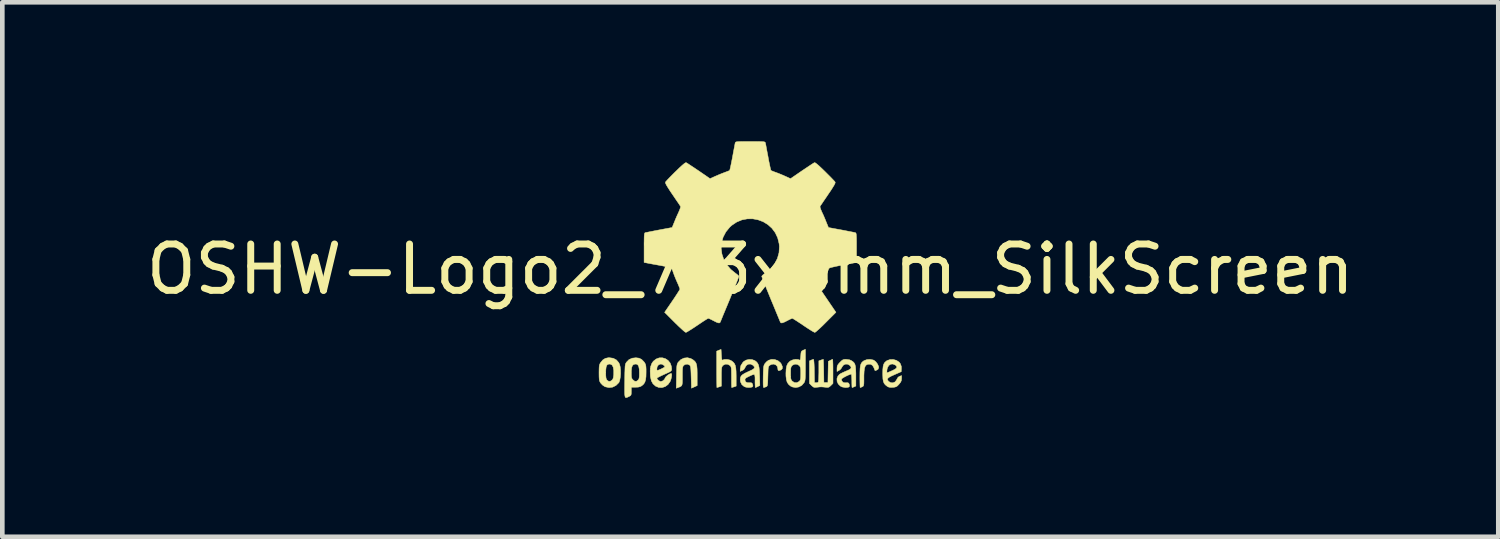
<source format=kicad_pcb>
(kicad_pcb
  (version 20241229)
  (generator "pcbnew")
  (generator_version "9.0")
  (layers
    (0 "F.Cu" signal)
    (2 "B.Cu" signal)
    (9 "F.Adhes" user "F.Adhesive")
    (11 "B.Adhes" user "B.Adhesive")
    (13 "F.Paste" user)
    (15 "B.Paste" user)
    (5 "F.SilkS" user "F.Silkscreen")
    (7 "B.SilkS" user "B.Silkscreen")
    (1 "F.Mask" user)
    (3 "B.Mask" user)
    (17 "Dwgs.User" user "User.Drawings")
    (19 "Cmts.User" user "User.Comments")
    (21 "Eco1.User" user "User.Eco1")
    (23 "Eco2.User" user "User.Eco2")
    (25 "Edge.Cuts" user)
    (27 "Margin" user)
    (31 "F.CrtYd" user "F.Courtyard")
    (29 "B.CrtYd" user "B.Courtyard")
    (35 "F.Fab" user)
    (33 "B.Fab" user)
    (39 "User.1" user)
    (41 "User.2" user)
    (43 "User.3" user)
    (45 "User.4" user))
  (footprint "OSHW-Logo2_7.3x6mm_SilkScreen"
    (layer "F.Cu")
    (at 13.149 2.763)
    (property "Reference" "OSHW-Logo2_7.3x6mm_SilkScreen" (at 0 0 0) (layer "F.SilkS") (effects (font (size 1 1) (thickness 0.15))))
    (attr board_only exclude_from_pos_files exclude_from_bom allow_missing_courtyard)
    (fp_poly (pts (xy 2.653 1.959) (xy 2.67 1.966) (xy 2.711 1.999) (xy 2.747 2.047) (xy 2.769 2.097) (xy 2.772 2.122) (xy 2.76 2.157) (xy 2.734 2.175) (xy 2.706 2.187) (xy 2.693 2.189) (xy 2.687 2.174) (xy 2.674 2.141) (xy 2.669 2.127) (xy 2.639 2.076) (xy 2.595 2.05) (xy 2.538 2.051) (xy 2.534 2.052) (xy 2.504 2.067) (xy 2.481 2.094) (xy 2.466 2.139) (xy 2.457 2.205) (xy 2.453 2.294) (xy 2.453 2.341) (xy 2.453 2.416) (xy 2.452 2.467) (xy 2.448 2.499) (xy 2.442 2.518) (xy 2.432 2.529) (xy 2.417 2.537) (xy 2.416 2.538) (xy 2.387 2.55) (xy 2.372 2.555) (xy 2.37 2.541) (xy 2.368 2.503) (xy 2.367 2.446) (xy 2.366 2.374) (xy 2.366 2.322) (xy 2.367 2.22) (xy 2.37 2.143) (xy 2.377 2.086) (xy 2.389 2.045) (xy 2.407 2.014) (xy 2.432 1.99) (xy 2.457 1.973) (xy 2.517 1.951) (xy 2.587 1.946) (xy 2.653 1.959)) (stroke (width 0.01) (type solid)) (fill yes) (layer "F.SilkS"))
    (fp_poly (pts (xy -1.284 1.928) (xy -1.237 1.955) (xy -1.205 1.981) (xy -1.181 2.009) (xy -1.165 2.044) (xy -1.155 2.089) (xy -1.149 2.151) (xy -1.147 2.234) (xy -1.147 2.293) (xy -1.147 2.512) (xy -1.208 2.54) (xy -1.27 2.568) (xy -1.277 2.328) (xy -1.28 2.238) (xy -1.283 2.173) (xy -1.287 2.128) (xy -1.293 2.099) (xy -1.3 2.081) (xy -1.31 2.07) (xy -1.313 2.067) (xy -1.36 2.048) (xy -1.408 2.056) (xy -1.437 2.076) (xy -1.449 2.09) (xy -1.457 2.108) (xy -1.462 2.136) (xy -1.465 2.179) (xy -1.466 2.242) (xy -1.466 2.307) (xy -1.466 2.389) (xy -1.467 2.447) (xy -1.472 2.486) (xy -1.482 2.512) (xy -1.499 2.528) (xy -1.525 2.541) (xy -1.56 2.554) (xy -1.598 2.569) (xy -1.594 2.311) (xy -1.592 2.219) (xy -1.59 2.15) (xy -1.587 2.101) (xy -1.582 2.066) (xy -1.575 2.042) (xy -1.566 2.022) (xy -1.554 2.005) (xy -1.499 1.95) (xy -1.431 1.918) (xy -1.357 1.91) (xy -1.284 1.928)) (stroke (width 0.01) (type solid)) (fill yes) (layer "F.SilkS"))
    (fp_poly (pts (xy 0.53 1.95) (xy 0.596 1.974) (xy 0.649 2.017) (xy 0.67 2.047) (xy 0.693 2.103) (xy 0.692 2.143) (xy 0.669 2.17) (xy 0.66 2.175) (xy 0.622 2.189) (xy 0.602 2.185) (xy 0.595 2.161) (xy 0.595 2.148) (xy 0.583 2.099) (xy 0.551 2.065) (xy 0.508 2.048) (xy 0.459 2.053) (xy 0.419 2.074) (xy 0.405 2.087) (xy 0.396 2.101) (xy 0.389 2.124) (xy 0.385 2.159) (xy 0.383 2.212) (xy 0.381 2.288) (xy 0.38 2.312) (xy 0.378 2.394) (xy 0.376 2.451) (xy 0.372 2.49) (xy 0.367 2.513) (xy 0.359 2.526) (xy 0.347 2.535) (xy 0.339 2.538) (xy 0.307 2.55) (xy 0.288 2.555) (xy 0.282 2.541) (xy 0.278 2.5) (xy 0.277 2.431) (xy 0.278 2.334) (xy 0.278 2.319) (xy 0.28 2.23) (xy 0.283 2.165) (xy 0.286 2.119) (xy 0.292 2.087) (xy 0.3 2.064) (xy 0.311 2.044) (xy 0.317 2.035) (xy 0.35 1.998) (xy 0.388 1.969) (xy 0.392 1.966) (xy 0.459 1.946) (xy 0.53 1.95)) (stroke (width 0.01) (type solid)) (fill yes) (layer "F.SilkS"))
    (fp_poly (pts (xy -0.624 1.851) (xy -0.62 1.911) (xy -0.615 1.946) (xy -0.608 1.961) (xy -0.598 1.961) (xy -0.595 1.959) (xy -0.552 1.946) (xy -0.497 1.947) (xy -0.44 1.96) (xy -0.405 1.978) (xy -0.369 2.006) (xy -0.342 2.038) (xy -0.324 2.078) (xy -0.313 2.132) (xy -0.307 2.204) (xy -0.305 2.299) (xy -0.305 2.317) (xy -0.305 2.523) (xy -0.351 2.539) (xy -0.383 2.549) (xy -0.401 2.554) (xy -0.401 2.555) (xy -0.403 2.541) (xy -0.405 2.503) (xy -0.406 2.446) (xy -0.406 2.375) (xy -0.406 2.332) (xy -0.407 2.247) (xy -0.408 2.186) (xy -0.41 2.144) (xy -0.415 2.117) (xy -0.422 2.098) (xy -0.433 2.085) (xy -0.44 2.078) (xy -0.487 2.051) (xy -0.538 2.049) (xy -0.584 2.072) (xy -0.593 2.08) (xy -0.605 2.095) (xy -0.614 2.114) (xy -0.619 2.14) (xy -0.622 2.18) (xy -0.624 2.238) (xy -0.624 2.318) (xy -0.624 2.523) (xy -0.67 2.539) (xy -0.702 2.549) (xy -0.72 2.554) (xy -0.721 2.555) (xy -0.722 2.541) (xy -0.723 2.501) (xy -0.724 2.441) (xy -0.725 2.362) (xy -0.726 2.269) (xy -0.726 2.167) (xy -0.726 1.769) (xy -0.679 1.749) (xy -0.631 1.73) (xy -0.624 1.851)) (stroke (width 0.01) (type solid)) (fill yes) (layer "F.SilkS"))
    (fp_poly (pts (xy 1.78 1.959) (xy 1.782 1.997) (xy 1.784 2.055) (xy 1.785 2.128) (xy 1.785 2.205) (xy 1.785 2.465) (xy 1.739 2.511) (xy 1.708 2.539) (xy 1.68 2.551) (xy 1.642 2.55) (xy 1.627 2.548) (xy 1.58 2.543) (xy 1.541 2.54) (xy 1.531 2.54) (xy 1.499 2.541) (xy 1.453 2.546) (xy 1.436 2.548) (xy 1.392 2.552) (xy 1.363 2.544) (xy 1.334 2.521) (xy 1.323 2.511) (xy 1.277 2.465) (xy 1.277 1.979) (xy 1.314 1.962) (xy 1.346 1.949) (xy 1.365 1.945) (xy 1.369 1.959) (xy 1.374 1.997) (xy 1.378 2.056) (xy 1.381 2.132) (xy 1.382 2.195) (xy 1.386 2.446) (xy 1.421 2.451) (xy 1.452 2.447) (xy 1.468 2.436) (xy 1.472 2.415) (xy 1.476 2.371) (xy 1.478 2.309) (xy 1.48 2.235) (xy 1.48 2.197) (xy 1.48 1.977) (xy 1.526 1.961) (xy 1.559 1.95) (xy 1.576 1.945) (xy 1.577 1.945) (xy 1.578 1.959) (xy 1.58 1.997) (xy 1.582 2.054) (xy 1.584 2.127) (xy 1.585 2.195) (xy 1.589 2.446) (xy 1.676 2.446) (xy 1.68 2.217) (xy 1.684 1.989) (xy 1.727 1.967) (xy 1.758 1.952) (xy 1.777 1.945) (xy 1.777 1.945) (xy 1.78 1.959)) (stroke (width 0.01) (type solid)) (fill yes) (layer "F.SilkS"))
    (fp_poly (pts (xy -2.959 1.922) (xy -2.891 1.958) (xy -2.841 2.015) (xy -2.823 2.052) (xy -2.809 2.108) (xy -2.802 2.178) (xy -2.801 2.255) (xy -2.807 2.33) (xy -2.818 2.394) (xy -2.834 2.441) (xy -2.839 2.449) (xy -2.9 2.509) (xy -2.971 2.545) (xy -3.049 2.555) (xy -3.127 2.539) (xy -3.149 2.529) (xy -3.192 2.499) (xy -3.229 2.459) (xy -3.233 2.454) (xy -3.247 2.43) (xy -3.257 2.404) (xy -3.262 2.37) (xy -3.265 2.321) (xy -3.266 2.251) (xy -3.266 2.235) (xy -3.266 2.23) (xy -3.121 2.23) (xy -3.12 2.296) (xy -3.116 2.34) (xy -3.109 2.369) (xy -3.098 2.388) (xy -3.092 2.395) (xy -3.057 2.42) (xy -3.023 2.419) (xy -2.989 2.397) (xy -2.969 2.374) (xy -2.957 2.34) (xy -2.95 2.288) (xy -2.949 2.281) (xy -2.948 2.186) (xy -2.96 2.114) (xy -2.985 2.068) (xy -3.023 2.048) (xy -3.037 2.047) (xy -3.073 2.052) (xy -3.097 2.072) (xy -3.112 2.109) (xy -3.119 2.168) (xy -3.121 2.23) (xy -3.266 2.23) (xy -3.265 2.16) (xy -3.263 2.108) (xy -3.258 2.072) (xy -3.249 2.045) (xy -3.236 2.022) (xy -3.233 2.017) (xy -3.184 1.958) (xy -3.13 1.924) (xy -3.064 1.91) (xy -3.042 1.91) (xy -2.959 1.922)) (stroke (width 0.01) (type solid)) (fill yes) (layer "F.SilkS"))
    (fp_poly (pts (xy 3.154 1.967) (xy 3.211 2.004) (xy 3.239 2.038) (xy 3.261 2.099) (xy 3.262 2.147) (xy 3.258 2.212) (xy 3.11 2.277) (xy 3.037 2.31) (xy 2.99 2.337) (xy 2.966 2.36) (xy 2.961 2.383) (xy 2.975 2.407) (xy 2.99 2.424) (xy 3.034 2.45) (xy 3.081 2.452) (xy 3.125 2.432) (xy 3.157 2.391) (xy 3.163 2.376) (xy 3.191 2.331) (xy 3.222 2.312) (xy 3.266 2.296) (xy 3.266 2.358) (xy 3.262 2.4) (xy 3.247 2.436) (xy 3.215 2.477) (xy 3.211 2.482) (xy 3.176 2.519) (xy 3.145 2.538) (xy 3.108 2.547) (xy 3.076 2.55) (xy 3.02 2.551) (xy 2.981 2.542) (xy 2.956 2.528) (xy 2.917 2.497) (xy 2.89 2.465) (xy 2.873 2.423) (xy 2.863 2.368) (xy 2.86 2.291) (xy 2.859 2.253) (xy 2.86 2.206) (xy 2.948 2.206) (xy 2.949 2.231) (xy 2.952 2.235) (xy 2.968 2.23) (xy 3.004 2.215) (xy 3.052 2.194) (xy 3.062 2.19) (xy 3.123 2.159) (xy 3.157 2.132) (xy 3.164 2.106) (xy 3.146 2.08) (xy 3.132 2.069) (xy 3.079 2.046) (xy 3.03 2.05) (xy 2.989 2.078) (xy 2.961 2.127) (xy 2.952 2.166) (xy 2.948 2.206) (xy 2.86 2.206) (xy 2.861 2.162) (xy 2.868 2.095) (xy 2.882 2.047) (xy 2.904 2.011) (xy 2.937 1.983) (xy 2.951 1.973) (xy 3.015 1.95) (xy 3.085 1.948) (xy 3.154 1.967)) (stroke (width 0.01) (type solid)) (fill yes) (layer "F.SilkS"))
    (fp_poly (pts (xy 1.19 2.065) (xy 1.19 2.174) (xy 1.189 2.257) (xy 1.188 2.32) (xy 1.185 2.365) (xy 1.181 2.397) (xy 1.175 2.421) (xy 1.167 2.439) (xy 1.161 2.449) (xy 1.112 2.506) (xy 1.049 2.541) (xy 0.98 2.554) (xy 0.911 2.542) (xy 0.869 2.522) (xy 0.826 2.485) (xy 0.796 2.441) (xy 0.779 2.383) (xy 0.77 2.306) (xy 0.769 2.25) (xy 0.769 2.246) (xy 0.871 2.246) (xy 0.871 2.311) (xy 0.874 2.354) (xy 0.881 2.382) (xy 0.893 2.402) (xy 0.906 2.417) (xy 0.953 2.447) (xy 1.004 2.449) (xy 1.051 2.425) (xy 1.055 2.421) (xy 1.071 2.404) (xy 1.081 2.383) (xy 1.086 2.352) (xy 1.088 2.305) (xy 1.089 2.252) (xy 1.088 2.185) (xy 1.085 2.141) (xy 1.078 2.112) (xy 1.066 2.091) (xy 1.057 2.08) (xy 1.013 2.052) (xy 0.962 2.049) (xy 0.914 2.07) (xy 0.904 2.078) (xy 0.889 2.096) (xy 0.879 2.117) (xy 0.873 2.148) (xy 0.871 2.196) (xy 0.871 2.246) (xy 0.769 2.246) (xy 0.773 2.159) (xy 0.785 2.09) (xy 0.807 2.039) (xy 0.842 1.998) (xy 0.869 1.978) (xy 0.919 1.956) (xy 0.976 1.945) (xy 1.03 1.948) (xy 1.06 1.959) (xy 1.071 1.962) (xy 1.079 1.951) (xy 1.084 1.919) (xy 1.089 1.871) (xy 1.093 1.817) (xy 1.099 1.784) (xy 1.111 1.766) (xy 1.131 1.754) (xy 1.143 1.748) (xy 1.19 1.729) (xy 1.19 2.065)) (stroke (width 0.01) (type solid)) (fill yes) (layer "F.SilkS"))
    (fp_poly (pts (xy -1.832 1.931) (xy -1.774 1.97) (xy -1.73 2.025) (xy -1.704 2.096) (xy -1.698 2.148) (xy -1.699 2.17) (xy -1.704 2.187) (xy -1.718 2.201) (xy -1.745 2.218) (xy -1.79 2.239) (xy -1.857 2.269) (xy -1.858 2.27) (xy -1.92 2.298) (xy -1.97 2.323) (xy -2.005 2.342) (xy -2.017 2.353) (xy -2.017 2.353) (xy -2.006 2.376) (xy -1.98 2.402) (xy -1.949 2.42) (xy -1.934 2.424) (xy -1.891 2.411) (xy -1.855 2.379) (xy -1.837 2.345) (xy -1.82 2.319) (xy -1.787 2.29) (xy -1.748 2.264) (xy -1.713 2.25) (xy -1.706 2.25) (xy -1.698 2.262) (xy -1.697 2.294) (xy -1.703 2.337) (xy -1.715 2.383) (xy -1.73 2.423) (xy -1.731 2.424) (xy -1.777 2.489) (xy -1.837 2.533) (xy -1.906 2.555) (xy -1.976 2.552) (xy -2.044 2.524) (xy -2.047 2.522) (xy -2.101 2.473) (xy -2.136 2.41) (xy -2.155 2.327) (xy -2.158 2.304) (xy -2.162 2.194) (xy -2.157 2.143) (xy -2.017 2.143) (xy -2.016 2.175) (xy -2.006 2.184) (xy -1.981 2.177) (xy -1.942 2.161) (xy -1.899 2.14) (xy -1.898 2.139) (xy -1.861 2.12) (xy -1.846 2.107) (xy -1.85 2.093) (xy -1.865 2.076) (xy -1.904 2.05) (xy -1.946 2.048) (xy -1.984 2.067) (xy -2.01 2.103) (xy -2.017 2.143) (xy -2.157 2.143) (xy -2.153 2.106) (xy -2.128 2.036) (xy -2.095 1.987) (xy -2.033 1.938) (xy -1.966 1.913) (xy -1.897 1.912) (xy -1.832 1.931)) (stroke (width 0.01) (type solid)) (fill yes) (layer "F.SilkS"))
    (fp_poly (pts (xy 0.04 1.951) (xy 0.097 1.972) (xy 0.097 1.972) (xy 0.132 1.998) (xy 0.158 2.029) (xy 0.177 2.068) (xy 0.189 2.121) (xy 0.196 2.194) (xy 0.2 2.289) (xy 0.201 2.303) (xy 0.206 2.509) (xy 0.162 2.532) (xy 0.13 2.547) (xy 0.11 2.554) (xy 0.11 2.555) (xy 0.106 2.541) (xy 0.104 2.505) (xy 0.102 2.451) (xy 0.102 2.408) (xy 0.102 2.339) (xy 0.098 2.295) (xy 0.087 2.274) (xy 0.064 2.273) (xy 0.022 2.289) (xy -0.04 2.318) (xy -0.086 2.342) (xy -0.109 2.363) (xy -0.116 2.386) (xy -0.116 2.387) (xy -0.105 2.426) (xy -0.071 2.447) (xy -0.019 2.451) (xy 0.018 2.45) (xy 0.038 2.461) (xy 0.05 2.487) (xy 0.057 2.519) (xy 0.047 2.538) (xy 0.043 2.541) (xy 0.007 2.551) (xy -0.043 2.553) (xy -0.095 2.546) (xy -0.132 2.533) (xy -0.183 2.49) (xy -0.212 2.429) (xy -0.218 2.382) (xy -0.213 2.34) (xy -0.198 2.305) (xy -0.166 2.275) (xy -0.115 2.244) (xy -0.041 2.209) (xy -0.036 2.207) (xy 0.031 2.176) (xy 0.072 2.151) (xy 0.09 2.128) (xy 0.086 2.105) (xy 0.063 2.078) (xy 0.056 2.072) (xy 0.009 2.048) (xy -0.04 2.049) (xy -0.082 2.072) (xy -0.111 2.116) (xy -0.113 2.124) (xy -0.139 2.165) (xy -0.171 2.185) (xy -0.218 2.205) (xy -0.218 2.154) (xy -0.204 2.08) (xy -0.161 2.012) (xy -0.139 1.99) (xy -0.089 1.961) (xy -0.026 1.947) (xy 0.04 1.951)) (stroke (width 0.01) (type solid)) (fill yes) (layer "F.SilkS"))
    (fp_poly (pts (xy -2.4 1.92) (xy -2.345 1.948) (xy -2.296 1.998) (xy -2.282 2.017) (xy -2.268 2.042) (xy -2.258 2.069) (xy -2.253 2.105) (xy -2.25 2.156) (xy -2.25 2.224) (xy -2.252 2.318) (xy -2.261 2.388) (xy -2.277 2.44) (xy -2.303 2.48) (xy -2.34 2.513) (xy -2.342 2.515) (xy -2.379 2.535) (xy -2.422 2.545) (xy -2.478 2.547) (xy -2.569 2.547) (xy -2.569 2.635) (xy -2.57 2.684) (xy -2.575 2.713) (xy -2.588 2.73) (xy -2.614 2.745) (xy -2.62 2.748) (xy -2.649 2.762) (xy -2.672 2.77) (xy -2.688 2.771) (xy -2.7 2.761) (xy -2.707 2.737) (xy -2.712 2.696) (xy -2.713 2.636) (xy -2.713 2.553) (xy -2.712 2.445) (xy -2.711 2.413) (xy -2.71 2.302) (xy -2.709 2.229) (xy -2.569 2.229) (xy -2.568 2.29) (xy -2.565 2.331) (xy -2.557 2.358) (xy -2.543 2.378) (xy -2.533 2.388) (xy -2.495 2.418) (xy -2.46 2.42) (xy -2.425 2.396) (xy -2.424 2.395) (xy -2.409 2.376) (xy -2.401 2.351) (xy -2.396 2.312) (xy -2.395 2.252) (xy -2.395 2.238) (xy -2.398 2.156) (xy -2.409 2.099) (xy -2.429 2.064) (xy -2.458 2.048) (xy -2.476 2.047) (xy -2.516 2.054) (xy -2.544 2.078) (xy -2.561 2.123) (xy -2.568 2.191) (xy -2.569 2.229) (xy -2.709 2.229) (xy -2.708 2.215) (xy -2.706 2.15) (xy -2.704 2.103) (xy -2.7 2.069) (xy -2.694 2.045) (xy -2.687 2.028) (xy -2.677 2.012) (xy -2.673 2.006) (xy -2.619 1.951) (xy -2.55 1.92) (xy -2.47 1.911) (xy -2.4 1.92)) (stroke (width 0.01) (type solid)) (fill yes) (layer "F.SilkS"))
    (fp_poly (pts (xy 2.145 1.956) (xy 2.187 1.975) (xy 2.219 1.998) (xy 2.244 2.024) (xy 2.26 2.057) (xy 2.271 2.103) (xy 2.276 2.165) (xy 2.279 2.249) (xy 2.279 2.305) (xy 2.279 2.521) (xy 2.242 2.538) (xy 2.213 2.55) (xy 2.198 2.555) (xy 2.195 2.541) (xy 2.193 2.505) (xy 2.192 2.452) (xy 2.192 2.409) (xy 2.19 2.348) (xy 2.187 2.3) (xy 2.182 2.271) (xy 2.178 2.264) (xy 2.153 2.271) (xy 2.112 2.287) (xy 2.066 2.309) (xy 2.021 2.333) (xy 1.986 2.355) (xy 1.97 2.37) (xy 1.97 2.37) (xy 1.971 2.397) (xy 1.984 2.423) (xy 2.006 2.444) (xy 2.038 2.451) (xy 2.065 2.451) (xy 2.104 2.45) (xy 2.124 2.459) (xy 2.136 2.483) (xy 2.138 2.488) (xy 2.143 2.522) (xy 2.129 2.543) (xy 2.092 2.552) (xy 2.052 2.554) (xy 1.981 2.541) (xy 1.943 2.521) (xy 1.898 2.476) (xy 1.873 2.42) (xy 1.871 2.361) (xy 1.892 2.306) (xy 1.923 2.271) (xy 1.953 2.252) (xy 2.002 2.228) (xy 2.058 2.203) (xy 2.068 2.199) (xy 2.13 2.172) (xy 2.166 2.148) (xy 2.177 2.124) (xy 2.167 2.097) (xy 2.148 2.076) (xy 2.104 2.05) (xy 2.056 2.048) (xy 2.012 2.068) (xy 1.981 2.108) (xy 1.977 2.118) (xy 1.952 2.156) (xy 1.917 2.184) (xy 1.872 2.207) (xy 1.872 2.141) (xy 1.875 2.102) (xy 1.886 2.07) (xy 1.911 2.036) (xy 1.935 2.01) (xy 1.972 1.974) (xy 2.001 1.954) (xy 2.033 1.946) (xy 2.068 1.945) (xy 2.145 1.956)) (stroke (width 0.01) (type solid)) (fill yes) (layer "F.SilkS"))
    (fp_poly (pts (xy 0.104 -2.758) (xy 0.182 -2.757) (xy 0.239 -2.756) (xy 0.278 -2.754) (xy 0.303 -2.75) (xy 0.316 -2.744) (xy 0.323 -2.737) (xy 0.326 -2.726) (xy 0.327 -2.725) (xy 0.332 -2.701) (xy 0.341 -2.653) (xy 0.353 -2.587) (xy 0.368 -2.508) (xy 0.385 -2.42) (xy 0.385 -2.417) (xy 0.401 -2.331) (xy 0.417 -2.255) (xy 0.43 -2.194) (xy 0.44 -2.152) (xy 0.446 -2.133) (xy 0.447 -2.133) (xy 0.465 -2.124) (xy 0.502 -2.109) (xy 0.551 -2.091) (xy 0.552 -2.091) (xy 0.613 -2.068) (xy 0.686 -2.038) (xy 0.754 -2.008) (xy 0.757 -2.007) (xy 0.869 -1.956) (xy 1.115 -2.125) (xy 1.191 -2.176) (xy 1.26 -2.222) (xy 1.317 -2.26) (xy 1.359 -2.287) (xy 1.383 -2.301) (xy 1.385 -2.302) (xy 1.402 -2.298) (xy 1.434 -2.275) (xy 1.481 -2.235) (xy 1.546 -2.174) (xy 1.612 -2.11) (xy 1.676 -2.046) (xy 1.733 -1.989) (xy 1.78 -1.94) (xy 1.814 -1.904) (xy 1.83 -1.884) (xy 1.831 -1.883) (xy 1.833 -1.869) (xy 1.826 -1.847) (xy 1.809 -1.814) (xy 1.779 -1.765) (xy 1.737 -1.699) (xy 1.679 -1.614) (xy 1.629 -1.54) (xy 1.583 -1.473) (xy 1.546 -1.417) (xy 1.519 -1.378) (xy 1.506 -1.357) (xy 1.505 -1.356) (xy 1.507 -1.336) (xy 1.519 -1.298) (xy 1.54 -1.248) (xy 1.547 -1.232) (xy 1.58 -1.162) (xy 1.614 -1.082) (xy 1.642 -1.012) (xy 1.663 -0.961) (xy 1.679 -0.922) (xy 1.688 -0.901) (xy 1.689 -0.9) (xy 1.706 -0.897) (xy 1.746 -0.89) (xy 1.804 -0.879) (xy 1.875 -0.866) (xy 1.952 -0.852) (xy 2.032 -0.837) (xy 2.107 -0.822) (xy 2.174 -0.809) (xy 2.227 -0.799) (xy 2.26 -0.792) (xy 2.268 -0.79) (xy 2.276 -0.785) (xy 2.283 -0.774) (xy 2.287 -0.754) (xy 2.29 -0.72) (xy 2.292 -0.67) (xy 2.293 -0.599) (xy 2.293 -0.504) (xy 2.293 -0.465) (xy 2.293 -0.147) (xy 2.217 -0.132) (xy 2.175 -0.124) (xy 2.111 -0.112) (xy 2.035 -0.098) (xy 1.953 -0.083) (xy 1.93 -0.079) (xy 1.855 -0.064) (xy 1.789 -0.049) (xy 1.738 -0.037) (xy 1.709 -0.027) (xy 1.704 -0.024) (xy 1.691 -0.003) (xy 1.674 0.038) (xy 1.655 0.09) (xy 1.651 0.102) (xy 1.625 0.172) (xy 1.594 0.25) (xy 1.563 0.321) (xy 1.563 0.322) (xy 1.511 0.433) (xy 1.68 0.681) (xy 1.849 0.93) (xy 1.632 1.147) (xy 1.567 1.212) (xy 1.507 1.269) (xy 1.456 1.315) (xy 1.418 1.348) (xy 1.396 1.363) (xy 1.392 1.364) (xy 1.374 1.356) (xy 1.335 1.335) (xy 1.281 1.301) (xy 1.216 1.259) (xy 1.146 1.212) (xy 1.075 1.164) (xy 1.011 1.122) (xy 0.959 1.089) (xy 0.923 1.067) (xy 0.907 1.06) (xy 0.887 1.066) (xy 0.85 1.083) (xy 0.803 1.107) (xy 0.798 1.11) (xy 0.734 1.142) (xy 0.69 1.158) (xy 0.663 1.158) (xy 0.649 1.143) (xy 0.649 1.143) (xy 0.642 1.126) (xy 0.625 1.085) (xy 0.6 1.024) (xy 0.567 0.945) (xy 0.529 0.852) (xy 0.486 0.748) (xy 0.444 0.648) (xy 0.399 0.537) (xy 0.357 0.434) (xy 0.32 0.342) (xy 0.289 0.265) (xy 0.266 0.206) (xy 0.251 0.167) (xy 0.247 0.153) (xy 0.258 0.136) (xy 0.287 0.11) (xy 0.326 0.081) (xy 0.437 -0.011) (xy 0.523 -0.116) (xy 0.585 -0.233) (xy 0.62 -0.358) (xy 0.628 -0.49) (xy 0.622 -0.552) (xy 0.591 -0.678) (xy 0.538 -0.79) (xy 0.466 -0.886) (xy 0.378 -0.965) (xy 0.278 -1.026) (xy 0.168 -1.067) (xy 0.053 -1.089) (xy -0.065 -1.088) (xy -0.181 -1.066) (xy -0.294 -1.019) (xy -0.4 -0.948) (xy -0.444 -0.908) (xy -0.528 -0.805) (xy -0.587 -0.692) (xy -0.62 -0.573) (xy -0.629 -0.451) (xy -0.613 -0.329) (xy -0.573 -0.211) (xy -0.51 -0.1) (xy -0.423 0.002) (xy -0.326 0.081) (xy -0.286 0.111) (xy -0.257 0.137) (xy -0.247 0.153) (xy -0.252 0.17) (xy -0.267 0.21) (xy -0.291 0.272) (xy -0.323 0.35) (xy -0.36 0.443) (xy -0.403 0.546) (xy -0.444 0.648) (xy -0.49 0.759) (xy -0.533 0.862) (xy -0.571 0.953) (xy -0.603 1.03) (xy -0.627 1.09) (xy -0.643 1.129) (xy -0.649 1.143) (xy -0.663 1.158) (xy -0.69 1.158) (xy -0.734 1.142) (xy -0.797 1.11) (xy -0.798 1.11) (xy -0.845 1.085) (xy -0.884 1.067) (xy -0.906 1.06) (xy -0.907 1.06) (xy -0.923 1.067) (xy -0.96 1.089) (xy -1.012 1.122) (xy -1.075 1.164) (xy -1.146 1.212) (xy -1.218 1.26) (xy -1.283 1.302) (xy -1.336 1.335) (xy -1.374 1.357) (xy -1.392 1.364) (xy -1.409 1.354) (xy -1.443 1.327) (xy -1.49 1.284) (xy -1.547 1.231) (xy -1.612 1.168) (xy -1.633 1.147) (xy -1.85 0.93) (xy -1.684 0.687) (xy -1.634 0.613) (xy -1.59 0.546) (xy -1.555 0.491) (xy -1.53 0.451) (xy -1.519 0.43) (xy -1.519 0.429) (xy -1.525 0.409) (xy -1.54 0.37) (xy -1.562 0.317) (xy -1.578 0.282) (xy -1.607 0.215) (xy -1.635 0.147) (xy -1.656 0.09) (xy -1.662 0.073) (xy -1.679 0.026) (xy -1.695 -0.01) (xy -1.704 -0.024) (xy -1.723 -0.032) (xy -1.766 -0.044) (xy -1.826 -0.058) (xy -1.898 -0.073) (xy -1.93 -0.079) (xy -2.012 -0.094) (xy -2.091 -0.108) (xy -2.159 -0.121) (xy -2.208 -0.13) (xy -2.217 -0.132) (xy -2.293 -0.147) (xy -2.293 -0.465) (xy -2.293 -0.569) (xy -2.292 -0.648) (xy -2.291 -0.705) (xy -2.288 -0.744) (xy -2.284 -0.769) (xy -2.279 -0.782) (xy -2.271 -0.789) (xy -2.268 -0.79) (xy -2.249 -0.794) (xy -2.207 -0.802) (xy -2.148 -0.814) (xy -2.077 -0.828) (xy -1.999 -0.843) (xy -1.92 -0.858) (xy -1.845 -0.872) (xy -1.779 -0.884) (xy -1.727 -0.894) (xy -1.696 -0.899) (xy -1.689 -0.9) (xy -1.683 -0.912) (xy -1.669 -0.946) (xy -1.65 -0.994) (xy -1.642 -1.012) (xy -1.613 -1.085) (xy -1.578 -1.165) (xy -1.547 -1.232) (xy -1.525 -1.284) (xy -1.51 -1.326) (xy -1.504 -1.352) (xy -1.505 -1.356) (xy -1.516 -1.372) (xy -1.54 -1.409) (xy -1.576 -1.461) (xy -1.62 -1.526) (xy -1.67 -1.6) (xy -1.68 -1.614) (xy -1.738 -1.7) (xy -1.78 -1.766) (xy -1.809 -1.814) (xy -1.826 -1.847) (xy -1.833 -1.869) (xy -1.831 -1.883) (xy -1.831 -1.883) (xy -1.816 -1.901) (xy -1.785 -1.935) (xy -1.739 -1.983) (xy -1.683 -2.04) (xy -1.62 -2.103) (xy -1.612 -2.11) (xy -1.533 -2.187) (xy -1.471 -2.244) (xy -1.427 -2.281) (xy -1.398 -2.3) (xy -1.385 -2.302) (xy -1.367 -2.292) (xy -1.328 -2.267) (xy -1.274 -2.231) (xy -1.207 -2.187) (xy -1.133 -2.137) (xy -1.115 -2.125) (xy -0.869 -1.956) (xy -0.757 -2.007) (xy -0.69 -2.036) (xy -0.617 -2.066) (xy -0.554 -2.09) (xy -0.552 -2.091) (xy -0.503 -2.109) (xy -0.465 -2.124) (xy -0.447 -2.133) (xy -0.447 -2.133) (xy -0.441 -2.149) (xy -0.431 -2.19) (xy -0.418 -2.25) (xy -0.403 -2.325) (xy -0.386 -2.41) (xy -0.385 -2.417) (xy -0.369 -2.505) (xy -0.354 -2.585) (xy -0.341 -2.651) (xy -0.332 -2.7) (xy -0.327 -2.725) (xy -0.327 -2.725) (xy -0.323 -2.736) (xy -0.317 -2.744) (xy -0.305 -2.75) (xy -0.281 -2.753) (xy -0.244 -2.756) (xy -0.19 -2.757) (xy -0.114 -2.758) (xy -0.013 -2.758) (xy 0 -2.758) (xy 0.104 -2.758)) (stroke (width 0.01) (type solid)) (fill yes) (layer "F.SilkS")))
  (gr_rect
    (start -3 -3)
    (end 29.298 8.539)
    (stroke (width 0.1) (type default))
    (fill no)
    (layer "Edge.Cuts")))
</source>
